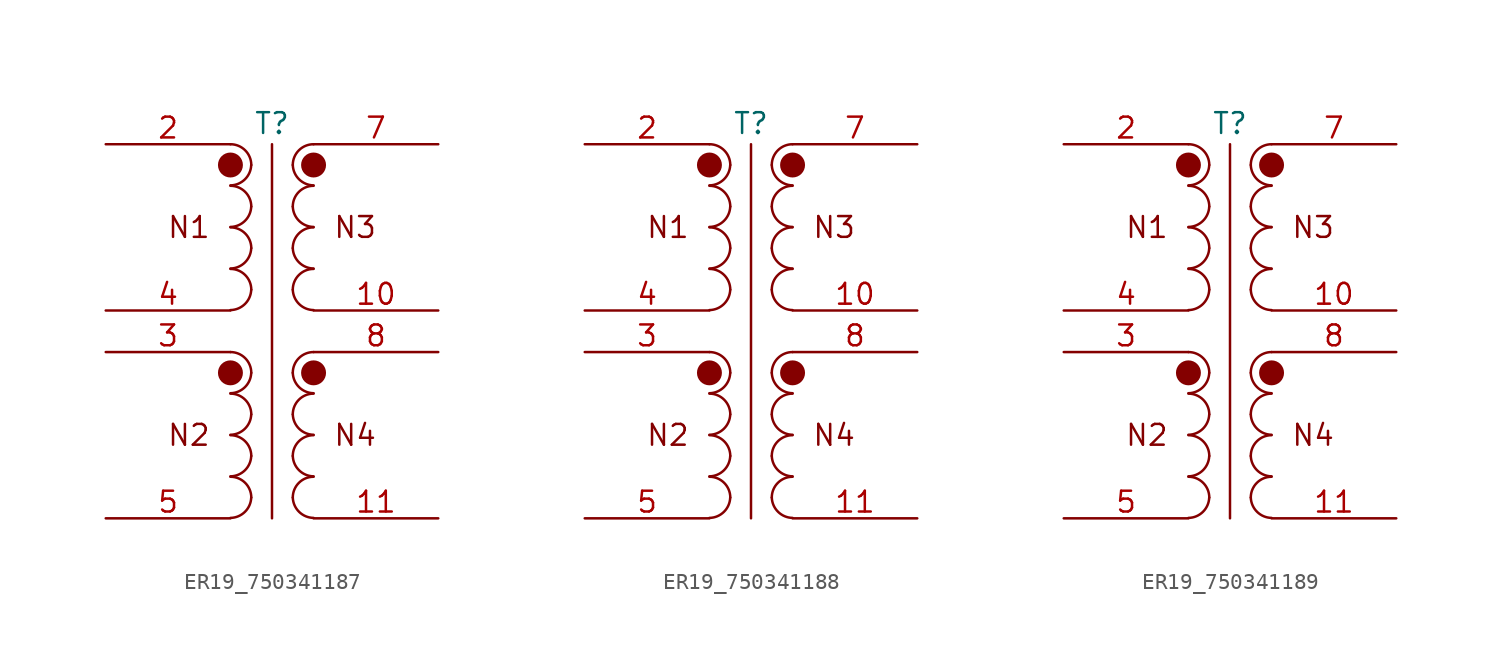
<source format=kicad_sym>
(kicad_symbol_lib
  (version 20220914)
  (generator kicad_symbol_editor)
  (symbol "ER19_750341187"
    (pin_names hide)
    (property "Reference" "T"
      (at 0 12.7 0)
      (effects (font (size 1.27 1.27))))
    (property "Critical Parameter" ""
      (at 0 -5.08 0)
      (effects (font (size 1.27 1.27))))
    (symbol "ER19_750341187_0_1"
      (arc (start -2.54 -11.4046) (mid -1.6561 -11.0363) (end -1.27 -10.16) (stroke (width 0) (type default)) (fill (type none)))
      (arc (start -2.54 -8.8646) (mid -1.6561 -8.4963) (end -1.27 -7.62) (stroke (width 0) (type default)) (fill (type none)))
      (arc (start -2.54 -6.3246) (mid -1.6561 -5.9563) (end -1.27 -5.08) (stroke (width 0) (type default)) (fill (type none)))
      (arc (start -2.54 -3.7846) (mid -1.6561 -3.4163) (end -1.27 -2.54) (stroke (width 0) (type default)) (fill (type none)))
      (arc (start -2.54 1.2954) (mid -1.6561 1.6637) (end -1.27 2.54) (stroke (width 0) (type default)) (fill (type none)))
      (arc (start -2.54 3.8354) (mid -1.6561 4.2037) (end -1.27 5.08) (stroke (width 0) (type default)) (fill (type none)))
      (arc (start -2.54 6.3754) (mid -1.6561 6.7437) (end -1.27 7.62) (stroke (width 0) (type default)) (fill (type none)))
      (arc (start -2.54 8.9154) (mid -1.6561 9.2837) (end -1.27 10.16) (stroke (width 0) (type default)) (fill (type none)))
      (arc (start -1.27 -10.16) (mid -1.642 -9.262) (end -2.54 -8.89) (stroke (width 0) (type default)) (fill (type none)))
      (arc (start -1.27 -7.62) (mid -1.642 -6.722) (end -2.54 -6.35) (stroke (width 0) (type default)) (fill (type none)))
      (arc (start -1.27 -5.08) (mid -1.642 -4.182) (end -2.54 -3.81) (stroke (width 0) (type default)) (fill (type none)))
      (arc (start -1.27 -2.54) (mid -1.642 -1.642) (end -2.54 -1.27) (stroke (width 0) (type default)) (fill (type none)))
      (arc (start -1.27 2.54) (mid -1.642 3.438) (end -2.54 3.81) (stroke (width 0) (type default)) (fill (type none)))
      (arc (start -1.27 5.08) (mid -1.642 5.978) (end -2.54 6.35) (stroke (width 0) (type default)) (fill (type none)))
      (arc (start -1.27 7.62) (mid -1.642 8.518) (end -2.54 8.89) (stroke (width 0) (type default)) (fill (type none)))
      (arc (start -1.27 10.16) (mid -1.642 11.058) (end -2.54 11.43) (stroke (width 0) (type default)) (fill (type none)))
      (polyline (pts (xy 0 -11.43) (xy 0 11.43)) (stroke (width 0) (type default)) (fill (type none)))
      (arc (start 1.27 -10.16) (mid 1.6561 -11.0363) (end 2.54 -11.4046) (stroke (width 0) (type default)) (fill (type none)))
      (arc (start 1.27 -7.62) (mid 1.6561 -8.4963) (end 2.54 -8.8646) (stroke (width 0) (type default)) (fill (type none)))
      (arc (start 1.27 -5.08) (mid 1.6561 -5.9563) (end 2.54 -6.3246) (stroke (width 0) (type default)) (fill (type none)))
      (arc (start 1.27 -2.54) (mid 1.6561 -3.4163) (end 2.54 -3.7846) (stroke (width 0) (type default)) (fill (type none)))
      (arc (start 1.27 2.54) (mid 1.6561 1.6637) (end 2.54 1.2954) (stroke (width 0) (type default)) (fill (type none)))
      (arc (start 1.27 5.08) (mid 1.6561 4.2037) (end 2.54 3.8354) (stroke (width 0) (type default)) (fill (type none)))
      (arc (start 1.27 7.62) (mid 1.6561 6.7437) (end 2.54 6.3754) (stroke (width 0) (type default)) (fill (type none)))
      (arc (start 1.27 10.16) (mid 1.6561 9.2837) (end 2.54 8.9154) (stroke (width 0) (type default)) (fill (type none)))
      (arc (start 2.54 -8.89) (mid 1.642 -9.262) (end 1.27 -10.16) (stroke (width 0) (type default)) (fill (type none)))
      (arc (start 2.54 -6.35) (mid 1.642 -6.722) (end 1.27 -7.62) (stroke (width 0) (type default)) (fill (type none)))
      (arc (start 2.54 -3.81) (mid 1.642 -4.182) (end 1.27 -5.08) (stroke (width 0) (type default)) (fill (type none)))
      (arc (start 2.54 -1.27) (mid 1.642 -1.642) (end 1.27 -2.54) (stroke (width 0) (type default)) (fill (type none)))
      (arc (start 2.54 3.81) (mid 1.642 3.438) (end 1.27 2.54) (stroke (width 0) (type default)) (fill (type none)))
      (arc (start 2.54 6.35) (mid 1.642 5.978) (end 1.27 5.08) (stroke (width 0) (type default)) (fill (type none)))
      (arc (start 2.54 8.89) (mid 1.642 8.518) (end 1.27 7.62) (stroke (width 0) (type default)) (fill (type none)))
      (arc (start 2.54 11.43) (mid 1.642 11.058) (end 1.27 10.16) (stroke (width 0) (type default)) (fill (type none))))
    (symbol "ER19_750341187_1_1"
      (circle (center -2.54 -2.54) (radius 0.0001) (stroke (width 0.762) (type default)) (fill (type none)))
      (circle (center -2.54 10.16) (radius 0.0001) (stroke (width 0.762) (type default)) (fill (type none)))
      (circle (center 2.54 -2.54) (radius 0.0001) (stroke (width 0.762) (type default)) (fill (type none)))
      (circle (center 2.54 10.16) (radius 0.0001) (stroke (width 0.762) (type default)) (fill (type none)))
      (text "N1" (at -5.08 6.35 0) (effects (font (size 1.27 1.27))))
      (text "N2" (at -5.08 -6.35 0) (effects (font (size 1.27 1.27))))
      (text "N3" (at 5.08 6.35 0) (effects (font (size 1.27 1.27))))
      (text "N4" (at 5.08 -6.35 0) (effects (font (size 1.27 1.27))))
      (pin passive line (at 10.16 1.27 180) (length 7.62) (name "10" (effects (font (size 1.27 1.27)))) (number "10" (effects (font (size 1.27 1.27)))))
      (pin passive line (at 10.16 -11.43 180) (length 7.62) (name "11" (effects (font (size 1.27 1.27)))) (number "11" (effects (font (size 1.27 1.27)))))
      (pin passive line (at -10.16 11.43 0) (length 7.62) (name "2" (effects (font (size 1.27 1.27)))) (number "2" (effects (font (size 1.27 1.27)))))
      (pin passive line (at -10.16 -1.27 0) (length 7.62) (name "3" (effects (font (size 1.27 1.27)))) (number "3" (effects (font (size 1.27 1.27)))))
      (pin passive line (at -10.16 1.27 0) (length 7.62) (name "4" (effects (font (size 1.27 1.27)))) (number "4" (effects (font (size 1.27 1.27)))))
      (pin passive line (at -10.16 -11.43 0) (length 7.62) (name "5" (effects (font (size 1.27 1.27)))) (number "5" (effects (font (size 1.27 1.27)))))
      (pin passive line (at 10.16 11.43 180) (length 7.62) (name "7" (effects (font (size 1.27 1.27)))) (number "7" (effects (font (size 1.27 1.27)))))
      (pin passive line (at 10.16 -1.27 180) (length 7.62) (name "8" (effects (font (size 1.27 1.27)))) (number "8" (effects (font (size 1.27 1.27)))))))
  (symbol "ER19_750341188"
    (pin_names hide)
    (property "Reference" "T"
      (at 0 12.7 0)
      (effects (font (size 1.27 1.27))))
    (property "Critical Parameter" ""
      (at 0 -5.08 0)
      (effects (font (size 1.27 1.27))))
    (symbol "ER19_750341188_0_1"
      (arc (start -2.54 -11.4046) (mid -1.6561 -11.0363) (end -1.27 -10.16) (stroke (width 0) (type default)) (fill (type none)))
      (arc (start -2.54 -8.8646) (mid -1.6561 -8.4963) (end -1.27 -7.62) (stroke (width 0) (type default)) (fill (type none)))
      (arc (start -2.54 -6.3246) (mid -1.6561 -5.9563) (end -1.27 -5.08) (stroke (width 0) (type default)) (fill (type none)))
      (arc (start -2.54 -3.7846) (mid -1.6561 -3.4163) (end -1.27 -2.54) (stroke (width 0) (type default)) (fill (type none)))
      (arc (start -2.54 1.2954) (mid -1.6561 1.6637) (end -1.27 2.54) (stroke (width 0) (type default)) (fill (type none)))
      (arc (start -2.54 3.8354) (mid -1.6561 4.2037) (end -1.27 5.08) (stroke (width 0) (type default)) (fill (type none)))
      (arc (start -2.54 6.3754) (mid -1.6561 6.7437) (end -1.27 7.62) (stroke (width 0) (type default)) (fill (type none)))
      (arc (start -2.54 8.9154) (mid -1.6561 9.2837) (end -1.27 10.16) (stroke (width 0) (type default)) (fill (type none)))
      (arc (start -1.27 -10.16) (mid -1.642 -9.262) (end -2.54 -8.89) (stroke (width 0) (type default)) (fill (type none)))
      (arc (start -1.27 -7.62) (mid -1.642 -6.722) (end -2.54 -6.35) (stroke (width 0) (type default)) (fill (type none)))
      (arc (start -1.27 -5.08) (mid -1.642 -4.182) (end -2.54 -3.81) (stroke (width 0) (type default)) (fill (type none)))
      (arc (start -1.27 -2.54) (mid -1.642 -1.642) (end -2.54 -1.27) (stroke (width 0) (type default)) (fill (type none)))
      (arc (start -1.27 2.54) (mid -1.642 3.438) (end -2.54 3.81) (stroke (width 0) (type default)) (fill (type none)))
      (arc (start -1.27 5.08) (mid -1.642 5.978) (end -2.54 6.35) (stroke (width 0) (type default)) (fill (type none)))
      (arc (start -1.27 7.62) (mid -1.642 8.518) (end -2.54 8.89) (stroke (width 0) (type default)) (fill (type none)))
      (arc (start -1.27 10.16) (mid -1.642 11.058) (end -2.54 11.43) (stroke (width 0) (type default)) (fill (type none)))
      (polyline (pts (xy 0 -11.43) (xy 0 11.43)) (stroke (width 0) (type default)) (fill (type none)))
      (arc (start 1.27 -10.16) (mid 1.6561 -11.0363) (end 2.54 -11.4046) (stroke (width 0) (type default)) (fill (type none)))
      (arc (start 1.27 -7.62) (mid 1.6561 -8.4963) (end 2.54 -8.8646) (stroke (width 0) (type default)) (fill (type none)))
      (arc (start 1.27 -5.08) (mid 1.6561 -5.9563) (end 2.54 -6.3246) (stroke (width 0) (type default)) (fill (type none)))
      (arc (start 1.27 -2.54) (mid 1.6561 -3.4163) (end 2.54 -3.7846) (stroke (width 0) (type default)) (fill (type none)))
      (arc (start 1.27 2.54) (mid 1.6561 1.6637) (end 2.54 1.2954) (stroke (width 0) (type default)) (fill (type none)))
      (arc (start 1.27 5.08) (mid 1.6561 4.2037) (end 2.54 3.8354) (stroke (width 0) (type default)) (fill (type none)))
      (arc (start 1.27 7.62) (mid 1.6561 6.7437) (end 2.54 6.3754) (stroke (width 0) (type default)) (fill (type none)))
      (arc (start 1.27 10.16) (mid 1.6561 9.2837) (end 2.54 8.9154) (stroke (width 0) (type default)) (fill (type none)))
      (arc (start 2.54 -8.89) (mid 1.642 -9.262) (end 1.27 -10.16) (stroke (width 0) (type default)) (fill (type none)))
      (arc (start 2.54 -6.35) (mid 1.642 -6.722) (end 1.27 -7.62) (stroke (width 0) (type default)) (fill (type none)))
      (arc (start 2.54 -3.81) (mid 1.642 -4.182) (end 1.27 -5.08) (stroke (width 0) (type default)) (fill (type none)))
      (arc (start 2.54 -1.27) (mid 1.642 -1.642) (end 1.27 -2.54) (stroke (width 0) (type default)) (fill (type none)))
      (arc (start 2.54 3.81) (mid 1.642 3.438) (end 1.27 2.54) (stroke (width 0) (type default)) (fill (type none)))
      (arc (start 2.54 6.35) (mid 1.642 5.978) (end 1.27 5.08) (stroke (width 0) (type default)) (fill (type none)))
      (arc (start 2.54 8.89) (mid 1.642 8.518) (end 1.27 7.62) (stroke (width 0) (type default)) (fill (type none)))
      (arc (start 2.54 11.43) (mid 1.642 11.058) (end 1.27 10.16) (stroke (width 0) (type default)) (fill (type none))))
    (symbol "ER19_750341188_1_1"
      (circle (center -2.54 -2.54) (radius 0.0001) (stroke (width 0.762) (type default)) (fill (type none)))
      (circle (center -2.54 10.16) (radius 0.0001) (stroke (width 0.762) (type default)) (fill (type none)))
      (circle (center 2.54 -2.54) (radius 0.0001) (stroke (width 0.762) (type default)) (fill (type none)))
      (circle (center 2.54 10.16) (radius 0.0001) (stroke (width 0.762) (type default)) (fill (type none)))
      (text "N1" (at -5.08 6.35 0) (effects (font (size 1.27 1.27))))
      (text "N2" (at -5.08 -6.35 0) (effects (font (size 1.27 1.27))))
      (text "N3" (at 5.08 6.35 0) (effects (font (size 1.27 1.27))))
      (text "N4" (at 5.08 -6.35 0) (effects (font (size 1.27 1.27))))
      (pin passive line (at 10.16 1.27 180) (length 7.62) (name "10" (effects (font (size 1.27 1.27)))) (number "10" (effects (font (size 1.27 1.27)))))
      (pin passive line (at 10.16 -11.43 180) (length 7.62) (name "11" (effects (font (size 1.27 1.27)))) (number "11" (effects (font (size 1.27 1.27)))))
      (pin passive line (at -10.16 11.43 0) (length 7.62) (name "2" (effects (font (size 1.27 1.27)))) (number "2" (effects (font (size 1.27 1.27)))))
      (pin passive line (at -10.16 -1.27 0) (length 7.62) (name "3" (effects (font (size 1.27 1.27)))) (number "3" (effects (font (size 1.27 1.27)))))
      (pin passive line (at -10.16 1.27 0) (length 7.62) (name "4" (effects (font (size 1.27 1.27)))) (number "4" (effects (font (size 1.27 1.27)))))
      (pin passive line (at -10.16 -11.43 0) (length 7.62) (name "5" (effects (font (size 1.27 1.27)))) (number "5" (effects (font (size 1.27 1.27)))))
      (pin passive line (at 10.16 11.43 180) (length 7.62) (name "7" (effects (font (size 1.27 1.27)))) (number "7" (effects (font (size 1.27 1.27)))))
      (pin passive line (at 10.16 -1.27 180) (length 7.62) (name "8" (effects (font (size 1.27 1.27)))) (number "8" (effects (font (size 1.27 1.27)))))))
  (symbol "ER19_750341189"
    (pin_names hide)
    (property "Reference" "T"
      (at 0 12.7 0)
      (effects (font (size 1.27 1.27))))
    (property "Critical Parameter" ""
      (at 0 -5.08 0)
      (effects (font (size 1.27 1.27))))
    (symbol "ER19_750341189_0_1"
      (arc (start -2.54 -11.4046) (mid -1.6561 -11.0363) (end -1.27 -10.16) (stroke (width 0) (type default)) (fill (type none)))
      (arc (start -2.54 -8.8646) (mid -1.6561 -8.4963) (end -1.27 -7.62) (stroke (width 0) (type default)) (fill (type none)))
      (arc (start -2.54 -6.3246) (mid -1.6561 -5.9563) (end -1.27 -5.08) (stroke (width 0) (type default)) (fill (type none)))
      (arc (start -2.54 -3.7846) (mid -1.6561 -3.4163) (end -1.27 -2.54) (stroke (width 0) (type default)) (fill (type none)))
      (arc (start -2.54 1.2954) (mid -1.6561 1.6637) (end -1.27 2.54) (stroke (width 0) (type default)) (fill (type none)))
      (arc (start -2.54 3.8354) (mid -1.6561 4.2037) (end -1.27 5.08) (stroke (width 0) (type default)) (fill (type none)))
      (arc (start -2.54 6.3754) (mid -1.6561 6.7437) (end -1.27 7.62) (stroke (width 0) (type default)) (fill (type none)))
      (arc (start -2.54 8.9154) (mid -1.6561 9.2837) (end -1.27 10.16) (stroke (width 0) (type default)) (fill (type none)))
      (arc (start -1.27 -10.16) (mid -1.642 -9.262) (end -2.54 -8.89) (stroke (width 0) (type default)) (fill (type none)))
      (arc (start -1.27 -7.62) (mid -1.642 -6.722) (end -2.54 -6.35) (stroke (width 0) (type default)) (fill (type none)))
      (arc (start -1.27 -5.08) (mid -1.642 -4.182) (end -2.54 -3.81) (stroke (width 0) (type default)) (fill (type none)))
      (arc (start -1.27 -2.54) (mid -1.642 -1.642) (end -2.54 -1.27) (stroke (width 0) (type default)) (fill (type none)))
      (arc (start -1.27 2.54) (mid -1.642 3.438) (end -2.54 3.81) (stroke (width 0) (type default)) (fill (type none)))
      (arc (start -1.27 5.08) (mid -1.642 5.978) (end -2.54 6.35) (stroke (width 0) (type default)) (fill (type none)))
      (arc (start -1.27 7.62) (mid -1.642 8.518) (end -2.54 8.89) (stroke (width 0) (type default)) (fill (type none)))
      (arc (start -1.27 10.16) (mid -1.642 11.058) (end -2.54 11.43) (stroke (width 0) (type default)) (fill (type none)))
      (polyline (pts (xy 0 -11.43) (xy 0 11.43)) (stroke (width 0) (type default)) (fill (type none)))
      (arc (start 1.27 -10.16) (mid 1.6561 -11.0363) (end 2.54 -11.4046) (stroke (width 0) (type default)) (fill (type none)))
      (arc (start 1.27 -7.62) (mid 1.6561 -8.4963) (end 2.54 -8.8646) (stroke (width 0) (type default)) (fill (type none)))
      (arc (start 1.27 -5.08) (mid 1.6561 -5.9563) (end 2.54 -6.3246) (stroke (width 0) (type default)) (fill (type none)))
      (arc (start 1.27 -2.54) (mid 1.6561 -3.4163) (end 2.54 -3.7846) (stroke (width 0) (type default)) (fill (type none)))
      (arc (start 1.27 2.54) (mid 1.6561 1.6637) (end 2.54 1.2954) (stroke (width 0) (type default)) (fill (type none)))
      (arc (start 1.27 5.08) (mid 1.6561 4.2037) (end 2.54 3.8354) (stroke (width 0) (type default)) (fill (type none)))
      (arc (start 1.27 7.62) (mid 1.6561 6.7437) (end 2.54 6.3754) (stroke (width 0) (type default)) (fill (type none)))
      (arc (start 1.27 10.16) (mid 1.6561 9.2837) (end 2.54 8.9154) (stroke (width 0) (type default)) (fill (type none)))
      (arc (start 2.54 -8.89) (mid 1.642 -9.262) (end 1.27 -10.16) (stroke (width 0) (type default)) (fill (type none)))
      (arc (start 2.54 -6.35) (mid 1.642 -6.722) (end 1.27 -7.62) (stroke (width 0) (type default)) (fill (type none)))
      (arc (start 2.54 -3.81) (mid 1.642 -4.182) (end 1.27 -5.08) (stroke (width 0) (type default)) (fill (type none)))
      (arc (start 2.54 -1.27) (mid 1.642 -1.642) (end 1.27 -2.54) (stroke (width 0) (type default)) (fill (type none)))
      (arc (start 2.54 3.81) (mid 1.642 3.438) (end 1.27 2.54) (stroke (width 0) (type default)) (fill (type none)))
      (arc (start 2.54 6.35) (mid 1.642 5.978) (end 1.27 5.08) (stroke (width 0) (type default)) (fill (type none)))
      (arc (start 2.54 8.89) (mid 1.642 8.518) (end 1.27 7.62) (stroke (width 0) (type default)) (fill (type none)))
      (arc (start 2.54 11.43) (mid 1.642 11.058) (end 1.27 10.16) (stroke (width 0) (type default)) (fill (type none))))
    (symbol "ER19_750341189_1_1"
      (circle (center -2.54 -2.54) (radius 0.0001) (stroke (width 0.762) (type default)) (fill (type none)))
      (circle (center -2.54 10.16) (radius 0.0001) (stroke (width 0.762) (type default)) (fill (type none)))
      (circle (center 2.54 -2.54) (radius 0.0001) (stroke (width 0.762) (type default)) (fill (type none)))
      (circle (center 2.54 10.16) (radius 0.0001) (stroke (width 0.762) (type default)) (fill (type none)))
      (text "N1" (at -5.08 6.35 0) (effects (font (size 1.27 1.27))))
      (text "N2" (at -5.08 -6.35 0) (effects (font (size 1.27 1.27))))
      (text "N3" (at 5.08 6.35 0) (effects (font (size 1.27 1.27))))
      (text "N4" (at 5.08 -6.35 0) (effects (font (size 1.27 1.27))))
      (pin passive line (at 10.16 1.27 180) (length 7.62) (name "10" (effects (font (size 1.27 1.27)))) (number "10" (effects (font (size 1.27 1.27)))))
      (pin passive line (at 10.16 -11.43 180) (length 7.62) (name "11" (effects (font (size 1.27 1.27)))) (number "11" (effects (font (size 1.27 1.27)))))
      (pin passive line (at -10.16 11.43 0) (length 7.62) (name "2" (effects (font (size 1.27 1.27)))) (number "2" (effects (font (size 1.27 1.27)))))
      (pin passive line (at -10.16 -1.27 0) (length 7.62) (name "3" (effects (font (size 1.27 1.27)))) (number "3" (effects (font (size 1.27 1.27)))))
      (pin passive line (at -10.16 1.27 0) (length 7.62) (name "4" (effects (font (size 1.27 1.27)))) (number "4" (effects (font (size 1.27 1.27)))))
      (pin passive line (at -10.16 -11.43 0) (length 7.62) (name "5" (effects (font (size 1.27 1.27)))) (number "5" (effects (font (size 1.27 1.27)))))
      (pin passive line (at 10.16 11.43 180) (length 7.62) (name "7" (effects (font (size 1.27 1.27)))) (number "7" (effects (font (size 1.27 1.27)))))
      (pin passive line (at 10.16 -1.27 180) (length 7.62) (name "8" (effects (font (size 1.27 1.27)))) (number "8" (effects (font (size 1.27 1.27))))))))
</source>
